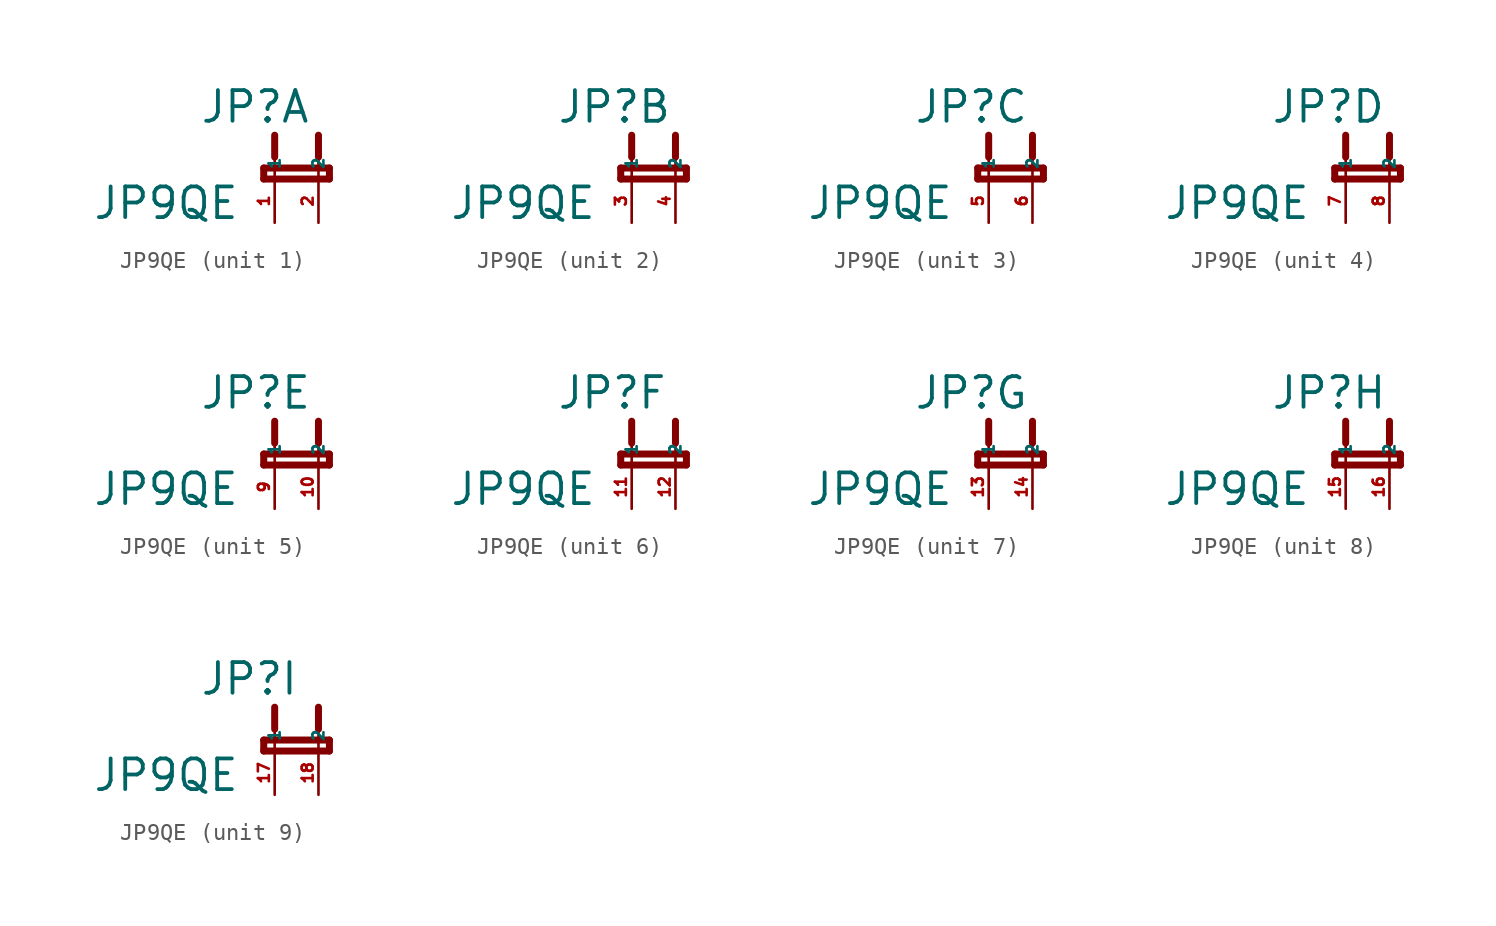
<source format=kicad_sym>
(kicad_symbol_lib
  (version 20220914)
  (generator kicad_symbol_editor)
  (symbol "JP9QE"
    (property "Reference" "JP"
      (at -4.369 3.15 0)
      (effects (font (size 1.778 1.778) (thickness 0.22)) (justify left bottom)))
    (property "Value" "JP9QE"
      (at -10.592 -2.438 0)
      (effects (font (size 1.778 1.778) (thickness 0.22)) (justify left bottom)))
    (symbol "JP9QE_1_0"
      (polyline (pts (xy -0.635 0) (xy 3.175 0)) (stroke (width 0.406) (type default)) (fill (type none)))
      (polyline (pts (xy -0.635 0.635) (xy -0.635 0)) (stroke (width 0.406) (type default)) (fill (type none)))
      (polyline (pts (xy 0 0) (xy 0 1.27)) (stroke (width 0.152) (type default)) (fill (type none)))
      (polyline (pts (xy 0 2.54) (xy 0 1.27)) (stroke (width 0.406) (type default)) (fill (type none)))
      (polyline (pts (xy 2.54 0) (xy 2.54 1.27)) (stroke (width 0.152) (type default)) (fill (type none)))
      (polyline (pts (xy 2.54 2.54) (xy 2.54 1.27)) (stroke (width 0.406) (type default)) (fill (type none)))
      (polyline (pts (xy 3.175 0) (xy 3.175 0.635)) (stroke (width 0.406) (type default)) (fill (type none)))
      (polyline (pts (xy 3.175 0.635) (xy -0.635 0.635)) (stroke (width 0.406) (type default)) (fill (type none)))
      (pin passive line (at 0 -2.54 90) (length 2.54) (name "1" (effects (font (size 0.635 0.635)))) (number "1" (effects (font (size 0.635 0.635)))))
      (pin passive line (at 2.54 -2.54 90) (length 2.54) (name "2" (effects (font (size 0.635 0.635)))) (number "2" (effects (font (size 0.635 0.635))))))
    (symbol "JP9QE_2_0"
      (polyline (pts (xy -0.635 0) (xy 3.175 0)) (stroke (width 0.406) (type default)) (fill (type none)))
      (polyline (pts (xy -0.635 0.635) (xy -0.635 0)) (stroke (width 0.406) (type default)) (fill (type none)))
      (polyline (pts (xy 0 0) (xy 0 1.27)) (stroke (width 0.152) (type default)) (fill (type none)))
      (polyline (pts (xy 0 2.54) (xy 0 1.27)) (stroke (width 0.406) (type default)) (fill (type none)))
      (polyline (pts (xy 2.54 0) (xy 2.54 1.27)) (stroke (width 0.152) (type default)) (fill (type none)))
      (polyline (pts (xy 2.54 2.54) (xy 2.54 1.27)) (stroke (width 0.406) (type default)) (fill (type none)))
      (polyline (pts (xy 3.175 0) (xy 3.175 0.635)) (stroke (width 0.406) (type default)) (fill (type none)))
      (polyline (pts (xy 3.175 0.635) (xy -0.635 0.635)) (stroke (width 0.406) (type default)) (fill (type none)))
      (pin passive line (at 0 -2.54 90) (length 2.54) (name "1" (effects (font (size 0.635 0.635)))) (number "3" (effects (font (size 0.635 0.635)))))
      (pin passive line (at 2.54 -2.54 90) (length 2.54) (name "2" (effects (font (size 0.635 0.635)))) (number "4" (effects (font (size 0.635 0.635))))))
    (symbol "JP9QE_3_0"
      (polyline (pts (xy -0.635 0) (xy 3.175 0)) (stroke (width 0.406) (type default)) (fill (type none)))
      (polyline (pts (xy -0.635 0.635) (xy -0.635 0)) (stroke (width 0.406) (type default)) (fill (type none)))
      (polyline (pts (xy 0 0) (xy 0 1.27)) (stroke (width 0.152) (type default)) (fill (type none)))
      (polyline (pts (xy 0 2.54) (xy 0 1.27)) (stroke (width 0.406) (type default)) (fill (type none)))
      (polyline (pts (xy 2.54 0) (xy 2.54 1.27)) (stroke (width 0.152) (type default)) (fill (type none)))
      (polyline (pts (xy 2.54 2.54) (xy 2.54 1.27)) (stroke (width 0.406) (type default)) (fill (type none)))
      (polyline (pts (xy 3.175 0) (xy 3.175 0.635)) (stroke (width 0.406) (type default)) (fill (type none)))
      (polyline (pts (xy 3.175 0.635) (xy -0.635 0.635)) (stroke (width 0.406) (type default)) (fill (type none)))
      (pin passive line (at 0 -2.54 90) (length 2.54) (name "1" (effects (font (size 0.635 0.635)))) (number "5" (effects (font (size 0.635 0.635)))))
      (pin passive line (at 2.54 -2.54 90) (length 2.54) (name "2" (effects (font (size 0.635 0.635)))) (number "6" (effects (font (size 0.635 0.635))))))
    (symbol "JP9QE_4_0"
      (polyline (pts (xy -0.635 0) (xy 3.175 0)) (stroke (width 0.406) (type default)) (fill (type none)))
      (polyline (pts (xy -0.635 0.635) (xy -0.635 0)) (stroke (width 0.406) (type default)) (fill (type none)))
      (polyline (pts (xy 0 0) (xy 0 1.27)) (stroke (width 0.152) (type default)) (fill (type none)))
      (polyline (pts (xy 0 2.54) (xy 0 1.27)) (stroke (width 0.406) (type default)) (fill (type none)))
      (polyline (pts (xy 2.54 0) (xy 2.54 1.27)) (stroke (width 0.152) (type default)) (fill (type none)))
      (polyline (pts (xy 2.54 2.54) (xy 2.54 1.27)) (stroke (width 0.406) (type default)) (fill (type none)))
      (polyline (pts (xy 3.175 0) (xy 3.175 0.635)) (stroke (width 0.406) (type default)) (fill (type none)))
      (polyline (pts (xy 3.175 0.635) (xy -0.635 0.635)) (stroke (width 0.406) (type default)) (fill (type none)))
      (pin passive line (at 0 -2.54 90) (length 2.54) (name "1" (effects (font (size 0.635 0.635)))) (number "7" (effects (font (size 0.635 0.635)))))
      (pin passive line (at 2.54 -2.54 90) (length 2.54) (name "2" (effects (font (size 0.635 0.635)))) (number "8" (effects (font (size 0.635 0.635))))))
    (symbol "JP9QE_5_0"
      (polyline (pts (xy -0.635 0) (xy 3.175 0)) (stroke (width 0.406) (type default)) (fill (type none)))
      (polyline (pts (xy -0.635 0.635) (xy -0.635 0)) (stroke (width 0.406) (type default)) (fill (type none)))
      (polyline (pts (xy 0 0) (xy 0 1.27)) (stroke (width 0.152) (type default)) (fill (type none)))
      (polyline (pts (xy 0 2.54) (xy 0 1.27)) (stroke (width 0.406) (type default)) (fill (type none)))
      (polyline (pts (xy 2.54 0) (xy 2.54 1.27)) (stroke (width 0.152) (type default)) (fill (type none)))
      (polyline (pts (xy 2.54 2.54) (xy 2.54 1.27)) (stroke (width 0.406) (type default)) (fill (type none)))
      (polyline (pts (xy 3.175 0) (xy 3.175 0.635)) (stroke (width 0.406) (type default)) (fill (type none)))
      (polyline (pts (xy 3.175 0.635) (xy -0.635 0.635)) (stroke (width 0.406) (type default)) (fill (type none)))
      (pin passive line (at 2.54 -2.54 90) (length 2.54) (name "2" (effects (font (size 0.635 0.635)))) (number "10" (effects (font (size 0.635 0.635)))))
      (pin passive line (at 0 -2.54 90) (length 2.54) (name "1" (effects (font (size 0.635 0.635)))) (number "9" (effects (font (size 0.635 0.635))))))
    (symbol "JP9QE_6_0"
      (polyline (pts (xy -0.635 0) (xy 3.175 0)) (stroke (width 0.406) (type default)) (fill (type none)))
      (polyline (pts (xy -0.635 0.635) (xy -0.635 0)) (stroke (width 0.406) (type default)) (fill (type none)))
      (polyline (pts (xy 0 0) (xy 0 1.27)) (stroke (width 0.152) (type default)) (fill (type none)))
      (polyline (pts (xy 0 2.54) (xy 0 1.27)) (stroke (width 0.406) (type default)) (fill (type none)))
      (polyline (pts (xy 2.54 0) (xy 2.54 1.27)) (stroke (width 0.152) (type default)) (fill (type none)))
      (polyline (pts (xy 2.54 2.54) (xy 2.54 1.27)) (stroke (width 0.406) (type default)) (fill (type none)))
      (polyline (pts (xy 3.175 0) (xy 3.175 0.635)) (stroke (width 0.406) (type default)) (fill (type none)))
      (polyline (pts (xy 3.175 0.635) (xy -0.635 0.635)) (stroke (width 0.406) (type default)) (fill (type none)))
      (pin passive line (at 0 -2.54 90) (length 2.54) (name "1" (effects (font (size 0.635 0.635)))) (number "11" (effects (font (size 0.635 0.635)))))
      (pin passive line (at 2.54 -2.54 90) (length 2.54) (name "2" (effects (font (size 0.635 0.635)))) (number "12" (effects (font (size 0.635 0.635))))))
    (symbol "JP9QE_7_0"
      (polyline (pts (xy -0.635 0) (xy 3.175 0)) (stroke (width 0.406) (type default)) (fill (type none)))
      (polyline (pts (xy -0.635 0.635) (xy -0.635 0)) (stroke (width 0.406) (type default)) (fill (type none)))
      (polyline (pts (xy 0 0) (xy 0 1.27)) (stroke (width 0.152) (type default)) (fill (type none)))
      (polyline (pts (xy 0 2.54) (xy 0 1.27)) (stroke (width 0.406) (type default)) (fill (type none)))
      (polyline (pts (xy 2.54 0) (xy 2.54 1.27)) (stroke (width 0.152) (type default)) (fill (type none)))
      (polyline (pts (xy 2.54 2.54) (xy 2.54 1.27)) (stroke (width 0.406) (type default)) (fill (type none)))
      (polyline (pts (xy 3.175 0) (xy 3.175 0.635)) (stroke (width 0.406) (type default)) (fill (type none)))
      (polyline (pts (xy 3.175 0.635) (xy -0.635 0.635)) (stroke (width 0.406) (type default)) (fill (type none)))
      (pin passive line (at 0 -2.54 90) (length 2.54) (name "1" (effects (font (size 0.635 0.635)))) (number "13" (effects (font (size 0.635 0.635)))))
      (pin passive line (at 2.54 -2.54 90) (length 2.54) (name "2" (effects (font (size 0.635 0.635)))) (number "14" (effects (font (size 0.635 0.635))))))
    (symbol "JP9QE_8_0"
      (polyline (pts (xy -0.635 0) (xy 3.175 0)) (stroke (width 0.406) (type default)) (fill (type none)))
      (polyline (pts (xy -0.635 0.635) (xy -0.635 0)) (stroke (width 0.406) (type default)) (fill (type none)))
      (polyline (pts (xy 0 0) (xy 0 1.27)) (stroke (width 0.152) (type default)) (fill (type none)))
      (polyline (pts (xy 0 2.54) (xy 0 1.27)) (stroke (width 0.406) (type default)) (fill (type none)))
      (polyline (pts (xy 2.54 0) (xy 2.54 1.27)) (stroke (width 0.152) (type default)) (fill (type none)))
      (polyline (pts (xy 2.54 2.54) (xy 2.54 1.27)) (stroke (width 0.406) (type default)) (fill (type none)))
      (polyline (pts (xy 3.175 0) (xy 3.175 0.635)) (stroke (width 0.406) (type default)) (fill (type none)))
      (polyline (pts (xy 3.175 0.635) (xy -0.635 0.635)) (stroke (width 0.406) (type default)) (fill (type none)))
      (pin passive line (at 0 -2.54 90) (length 2.54) (name "1" (effects (font (size 0.635 0.635)))) (number "15" (effects (font (size 0.635 0.635)))))
      (pin passive line (at 2.54 -2.54 90) (length 2.54) (name "2" (effects (font (size 0.635 0.635)))) (number "16" (effects (font (size 0.635 0.635))))))
    (symbol "JP9QE_9_0"
      (polyline (pts (xy -0.635 0) (xy 3.175 0)) (stroke (width 0.406) (type default)) (fill (type none)))
      (polyline (pts (xy -0.635 0.635) (xy -0.635 0)) (stroke (width 0.406) (type default)) (fill (type none)))
      (polyline (pts (xy 0 0) (xy 0 1.27)) (stroke (width 0.152) (type default)) (fill (type none)))
      (polyline (pts (xy 0 2.54) (xy 0 1.27)) (stroke (width 0.406) (type default)) (fill (type none)))
      (polyline (pts (xy 2.54 0) (xy 2.54 1.27)) (stroke (width 0.152) (type default)) (fill (type none)))
      (polyline (pts (xy 2.54 2.54) (xy 2.54 1.27)) (stroke (width 0.406) (type default)) (fill (type none)))
      (polyline (pts (xy 3.175 0) (xy 3.175 0.635)) (stroke (width 0.406) (type default)) (fill (type none)))
      (polyline (pts (xy 3.175 0.635) (xy -0.635 0.635)) (stroke (width 0.406) (type default)) (fill (type none)))
      (pin passive line (at 0 -2.54 90) (length 2.54) (name "1" (effects (font (size 0.635 0.635)))) (number "17" (effects (font (size 0.635 0.635)))))
      (pin passive line (at 2.54 -2.54 90) (length 2.54) (name "2" (effects (font (size 0.635 0.635)))) (number "18" (effects (font (size 0.635 0.635))))))))
</source>
